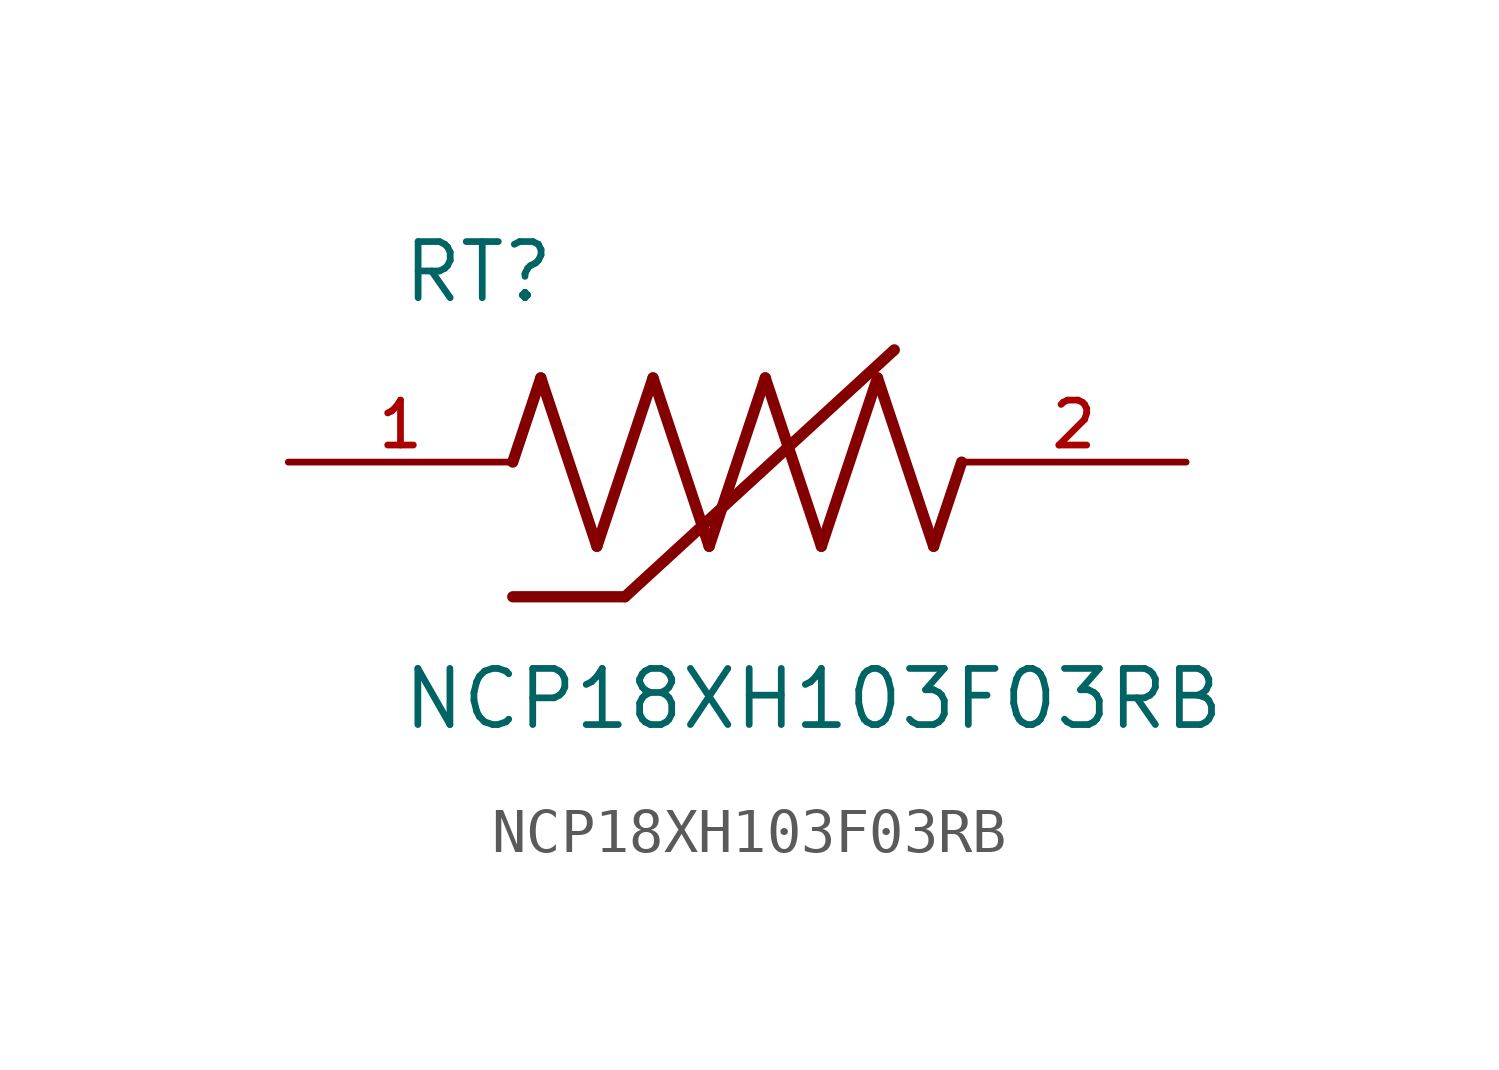
<source format=kicad_sym>
(kicad_symbol_lib
  (version 20211014)
  (generator kicad_symbol_editor)
  (symbol "NCP18XH103F03RB"
    (pin_names
      (offset 1.016))
    (property "Reference" "RT"
      (at -7.624 3.557 0)
      (effects (font (size 1.27 1.27)) (justify bottom left)))
    (property "Value" "NCP18XH103F03RB"
      (at -7.63 -6.103 0)
      (effects (font (size 1.27 1.27)) (justify bottom left)))
    (symbol "NCP18XH103F03RB_0_0"
      (polyline (pts (xy -5.08 0.0) (xy -4.445 1.905)) (stroke (width 0.254)))
      (polyline (pts (xy -4.445 1.905) (xy -3.175 -1.905)) (stroke (width 0.254)))
      (polyline (pts (xy -3.175 -1.905) (xy -1.905 1.905)) (stroke (width 0.254)))
      (polyline (pts (xy -1.905 1.905) (xy -0.635 -1.905)) (stroke (width 0.254)))
      (polyline (pts (xy -0.635 -1.905) (xy 0.635 1.905)) (stroke (width 0.254)))
      (polyline (pts (xy 0.635 1.905) (xy 1.905 -1.905)) (stroke (width 0.254)))
      (polyline (pts (xy 1.905 -1.905) (xy 3.175 1.905)) (stroke (width 0.254)))
      (polyline (pts (xy 3.175 1.905) (xy 4.445 -1.905)) (stroke (width 0.254)))
      (polyline (pts (xy 4.445 -1.905) (xy 5.08 0.0)) (stroke (width 0.254)))
      (polyline (pts (xy -2.54 -3.048) (xy 3.556 2.54)) (stroke (width 0.254)))
      (polyline (pts (xy -2.54 -3.048) (xy -5.08 -3.048)) (stroke (width 0.254)))
      (pin passive line (at -10.16 0.0 0) (length 5.08) (name "~" (effects (font (size 1.016 1.016)))) (number "1" (effects (font (size 1.016 1.016)))))
      (pin passive line (at 10.16 0.0 180.0) (length 5.08) (name "~" (effects (font (size 1.016 1.016)))) (number "2" (effects (font (size 1.016 1.016))))))))
</source>
